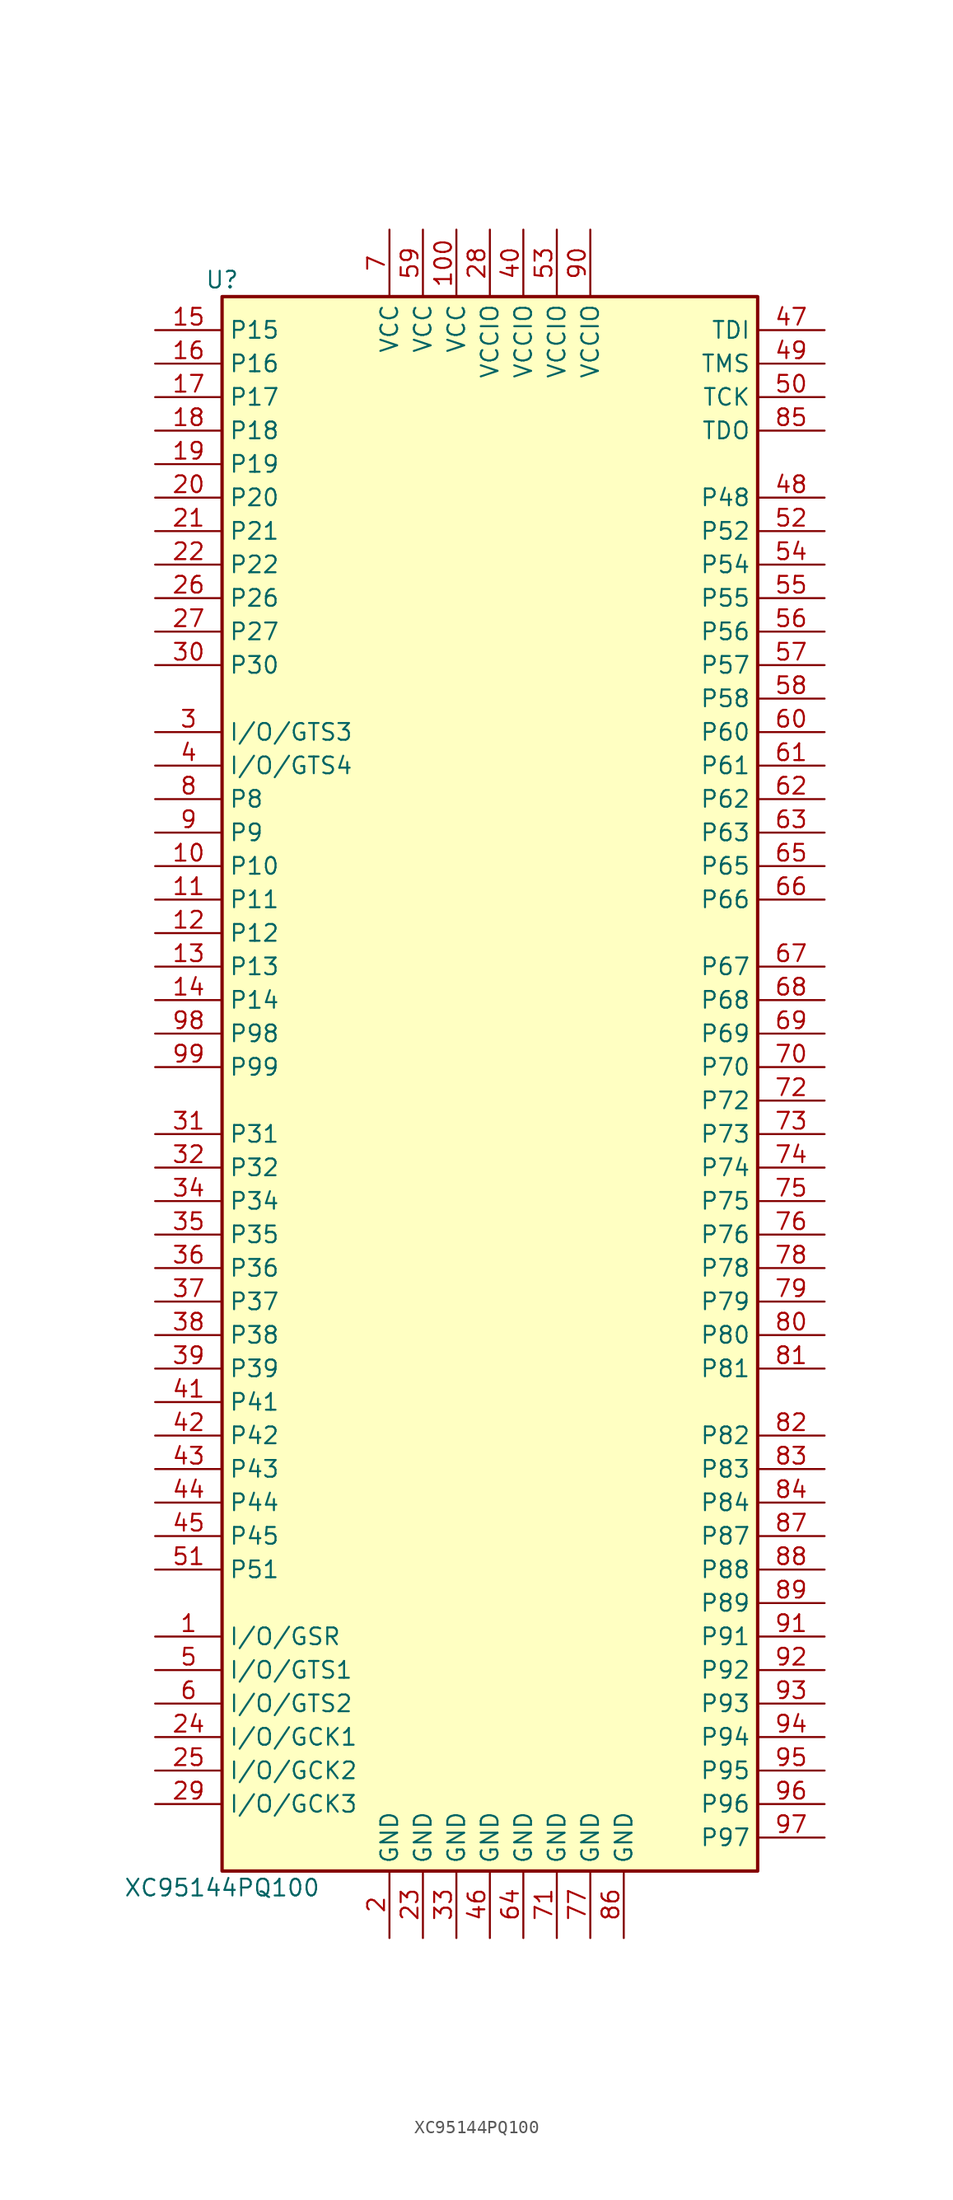
<source format=kicad_sym>
(kicad_symbol_lib
  (version 20201005)
  (generator kicad_symbol_editor)
  (symbol "XC95144PQ100"
    (property "Reference" "U"
      (at -20.32 59.69 0)
      (effects (font (size 1.27 1.27))))
    (property "Value" "XC95144PQ100"
      (at -20.32 -62.23 0)
      (effects (font (size 1.27 1.27))))
    (symbol "XC95144PQ100_1_1"
      (rectangle (start -20.32 58.42) (end 20.32 -60.96) (stroke (width 0.254)) (fill (type background)))
      (pin bidirectional line (at -25.4 -43.18 0) (length 5.08) (name "I/O/GSR" (effects (font (size 1.27 1.27)))) (number "1" (effects (font (size 1.27 1.27)))))
      (pin power_in line (at -7.62 -66.04 90) (length 5.08) (name "GND" (effects (font (size 1.27 1.27)))) (number "2" (effects (font (size 1.27 1.27)))))
      (pin bidirectional line (at -25.4 25.4 0) (length 5.08) (name "I/O/GTS3" (effects (font (size 1.27 1.27)))) (number "3" (effects (font (size 1.27 1.27)))))
      (pin bidirectional line (at -25.4 22.86 0) (length 5.08) (name "I/O/GTS4" (effects (font (size 1.27 1.27)))) (number "4" (effects (font (size 1.27 1.27)))))
      (pin bidirectional line (at -25.4 -45.72 0) (length 5.08) (name "I/O/GTS1" (effects (font (size 1.27 1.27)))) (number "5" (effects (font (size 1.27 1.27)))))
      (pin bidirectional line (at -25.4 -48.26 0) (length 5.08) (name "I/O/GTS2" (effects (font (size 1.27 1.27)))) (number "6" (effects (font (size 1.27 1.27)))))
      (pin power_in line (at -7.62 63.5 270) (length 5.08) (name "VCC" (effects (font (size 1.27 1.27)))) (number "7" (effects (font (size 1.27 1.27)))))
      (pin bidirectional line (at -25.4 20.32 0) (length 5.08) (name "P8" (effects (font (size 1.27 1.27)))) (number "8" (effects (font (size 1.27 1.27)))))
      (pin bidirectional line (at -25.4 17.78 0) (length 5.08) (name "P9" (effects (font (size 1.27 1.27)))) (number "9" (effects (font (size 1.27 1.27)))))
      (pin bidirectional line (at -25.4 15.24 0) (length 5.08) (name "P10" (effects (font (size 1.27 1.27)))) (number "10" (effects (font (size 1.27 1.27)))))
      (pin bidirectional line (at -25.4 43.18 0) (length 5.08) (name "P20" (effects (font (size 1.27 1.27)))) (number "20" (effects (font (size 1.27 1.27)))))
      (pin bidirectional line (at -25.4 30.48 0) (length 5.08) (name "P30" (effects (font (size 1.27 1.27)))) (number "30" (effects (font (size 1.27 1.27)))))
      (pin power_in line (at 2.54 63.5 270) (length 5.08) (name "VCCIO" (effects (font (size 1.27 1.27)))) (number "40" (effects (font (size 1.27 1.27)))))
      (pin input line (at 25.4 50.8 180) (length 5.08) (name "TCK" (effects (font (size 1.27 1.27)))) (number "50" (effects (font (size 1.27 1.27)))))
      (pin bidirectional line (at 25.4 25.4 180) (length 5.08) (name "P60" (effects (font (size 1.27 1.27)))) (number "60" (effects (font (size 1.27 1.27)))))
      (pin bidirectional line (at 25.4 0 180) (length 5.08) (name "P70" (effects (font (size 1.27 1.27)))) (number "70" (effects (font (size 1.27 1.27)))))
      (pin bidirectional line (at 25.4 -20.32 180) (length 5.08) (name "P80" (effects (font (size 1.27 1.27)))) (number "80" (effects (font (size 1.27 1.27)))))
      (pin power_in line (at 7.62 63.5 270) (length 5.08) (name "VCCIO" (effects (font (size 1.27 1.27)))) (number "90" (effects (font (size 1.27 1.27)))))
      (pin bidirectional line (at -25.4 12.7 0) (length 5.08) (name "P11" (effects (font (size 1.27 1.27)))) (number "11" (effects (font (size 1.27 1.27)))))
      (pin bidirectional line (at -25.4 40.64 0) (length 5.08) (name "P21" (effects (font (size 1.27 1.27)))) (number "21" (effects (font (size 1.27 1.27)))))
      (pin bidirectional line (at -25.4 -5.08 0) (length 5.08) (name "P31" (effects (font (size 1.27 1.27)))) (number "31" (effects (font (size 1.27 1.27)))))
      (pin bidirectional line (at -25.4 -25.4 0) (length 5.08) (name "P41" (effects (font (size 1.27 1.27)))) (number "41" (effects (font (size 1.27 1.27)))))
      (pin bidirectional line (at -25.4 -38.1 0) (length 5.08) (name "P51" (effects (font (size 1.27 1.27)))) (number "51" (effects (font (size 1.27 1.27)))))
      (pin bidirectional line (at 25.4 22.86 180) (length 5.08) (name "P61" (effects (font (size 1.27 1.27)))) (number "61" (effects (font (size 1.27 1.27)))))
      (pin power_in line (at 5.08 -66.04 90) (length 5.08) (name "GND" (effects (font (size 1.27 1.27)))) (number "71" (effects (font (size 1.27 1.27)))))
      (pin bidirectional line (at 25.4 -22.86 180) (length 5.08) (name "P81" (effects (font (size 1.27 1.27)))) (number "81" (effects (font (size 1.27 1.27)))))
      (pin bidirectional line (at 25.4 -43.18 180) (length 5.08) (name "P91" (effects (font (size 1.27 1.27)))) (number "91" (effects (font (size 1.27 1.27)))))
      (pin bidirectional line (at -25.4 10.16 0) (length 5.08) (name "P12" (effects (font (size 1.27 1.27)))) (number "12" (effects (font (size 1.27 1.27)))))
      (pin bidirectional line (at -25.4 38.1 0) (length 5.08) (name "P22" (effects (font (size 1.27 1.27)))) (number "22" (effects (font (size 1.27 1.27)))))
      (pin bidirectional line (at -25.4 -7.62 0) (length 5.08) (name "P32" (effects (font (size 1.27 1.27)))) (number "32" (effects (font (size 1.27 1.27)))))
      (pin bidirectional line (at -25.4 -27.94 0) (length 5.08) (name "P42" (effects (font (size 1.27 1.27)))) (number "42" (effects (font (size 1.27 1.27)))))
      (pin bidirectional line (at 25.4 40.64 180) (length 5.08) (name "P52" (effects (font (size 1.27 1.27)))) (number "52" (effects (font (size 1.27 1.27)))))
      (pin bidirectional line (at 25.4 20.32 180) (length 5.08) (name "P62" (effects (font (size 1.27 1.27)))) (number "62" (effects (font (size 1.27 1.27)))))
      (pin bidirectional line (at 25.4 -2.54 180) (length 5.08) (name "P72" (effects (font (size 1.27 1.27)))) (number "72" (effects (font (size 1.27 1.27)))))
      (pin bidirectional line (at 25.4 -27.94 180) (length 5.08) (name "P82" (effects (font (size 1.27 1.27)))) (number "82" (effects (font (size 1.27 1.27)))))
      (pin bidirectional line (at 25.4 -45.72 180) (length 5.08) (name "P92" (effects (font (size 1.27 1.27)))) (number "92" (effects (font (size 1.27 1.27)))))
      (pin bidirectional line (at -25.4 7.62 0) (length 5.08) (name "P13" (effects (font (size 1.27 1.27)))) (number "13" (effects (font (size 1.27 1.27)))))
      (pin power_in line (at -5.08 -66.04 90) (length 5.08) (name "GND" (effects (font (size 1.27 1.27)))) (number "23" (effects (font (size 1.27 1.27)))))
      (pin power_in line (at -2.54 -66.04 90) (length 5.08) (name "GND" (effects (font (size 1.27 1.27)))) (number "33" (effects (font (size 1.27 1.27)))))
      (pin bidirectional line (at -25.4 -30.48 0) (length 5.08) (name "P43" (effects (font (size 1.27 1.27)))) (number "43" (effects (font (size 1.27 1.27)))))
      (pin power_in line (at 5.08 63.5 270) (length 5.08) (name "VCCIO" (effects (font (size 1.27 1.27)))) (number "53" (effects (font (size 1.27 1.27)))))
      (pin bidirectional line (at 25.4 17.78 180) (length 5.08) (name "P63" (effects (font (size 1.27 1.27)))) (number "63" (effects (font (size 1.27 1.27)))))
      (pin bidirectional line (at 25.4 -5.08 180) (length 5.08) (name "P73" (effects (font (size 1.27 1.27)))) (number "73" (effects (font (size 1.27 1.27)))))
      (pin bidirectional line (at 25.4 -30.48 180) (length 5.08) (name "P83" (effects (font (size 1.27 1.27)))) (number "83" (effects (font (size 1.27 1.27)))))
      (pin bidirectional line (at 25.4 -48.26 180) (length 5.08) (name "P93" (effects (font (size 1.27 1.27)))) (number "93" (effects (font (size 1.27 1.27)))))
      (pin bidirectional line (at -25.4 5.08 0) (length 5.08) (name "P14" (effects (font (size 1.27 1.27)))) (number "14" (effects (font (size 1.27 1.27)))))
      (pin bidirectional line (at -25.4 -50.8 0) (length 5.08) (name "I/O/GCK1" (effects (font (size 1.27 1.27)))) (number "24" (effects (font (size 1.27 1.27)))))
      (pin bidirectional line (at -25.4 -10.16 0) (length 5.08) (name "P34" (effects (font (size 1.27 1.27)))) (number "34" (effects (font (size 1.27 1.27)))))
      (pin bidirectional line (at -25.4 -33.02 0) (length 5.08) (name "P44" (effects (font (size 1.27 1.27)))) (number "44" (effects (font (size 1.27 1.27)))))
      (pin bidirectional line (at 25.4 38.1 180) (length 5.08) (name "P54" (effects (font (size 1.27 1.27)))) (number "54" (effects (font (size 1.27 1.27)))))
      (pin power_in line (at 2.54 -66.04 90) (length 5.08) (name "GND" (effects (font (size 1.27 1.27)))) (number "64" (effects (font (size 1.27 1.27)))))
      (pin bidirectional line (at 25.4 -7.62 180) (length 5.08) (name "P74" (effects (font (size 1.27 1.27)))) (number "74" (effects (font (size 1.27 1.27)))))
      (pin bidirectional line (at 25.4 -33.02 180) (length 5.08) (name "P84" (effects (font (size 1.27 1.27)))) (number "84" (effects (font (size 1.27 1.27)))))
      (pin bidirectional line (at 25.4 -50.8 180) (length 5.08) (name "P94" (effects (font (size 1.27 1.27)))) (number "94" (effects (font (size 1.27 1.27)))))
      (pin bidirectional line (at -25.4 55.88 0) (length 5.08) (name "P15" (effects (font (size 1.27 1.27)))) (number "15" (effects (font (size 1.27 1.27)))))
      (pin bidirectional line (at -25.4 -53.34 0) (length 5.08) (name "I/O/GCK2" (effects (font (size 1.27 1.27)))) (number "25" (effects (font (size 1.27 1.27)))))
      (pin bidirectional line (at -25.4 -12.7 0) (length 5.08) (name "P35" (effects (font (size 1.27 1.27)))) (number "35" (effects (font (size 1.27 1.27)))))
      (pin bidirectional line (at -25.4 -35.56 0) (length 5.08) (name "P45" (effects (font (size 1.27 1.27)))) (number "45" (effects (font (size 1.27 1.27)))))
      (pin bidirectional line (at 25.4 35.56 180) (length 5.08) (name "P55" (effects (font (size 1.27 1.27)))) (number "55" (effects (font (size 1.27 1.27)))))
      (pin bidirectional line (at 25.4 15.24 180) (length 5.08) (name "P65" (effects (font (size 1.27 1.27)))) (number "65" (effects (font (size 1.27 1.27)))))
      (pin bidirectional line (at 25.4 -10.16 180) (length 5.08) (name "P75" (effects (font (size 1.27 1.27)))) (number "75" (effects (font (size 1.27 1.27)))))
      (pin output line (at 25.4 48.26 180) (length 5.08) (name "TDO" (effects (font (size 1.27 1.27)))) (number "85" (effects (font (size 1.27 1.27)))))
      (pin bidirectional line (at 25.4 -53.34 180) (length 5.08) (name "P95" (effects (font (size 1.27 1.27)))) (number "95" (effects (font (size 1.27 1.27)))))
      (pin bidirectional line (at -25.4 53.34 0) (length 5.08) (name "P16" (effects (font (size 1.27 1.27)))) (number "16" (effects (font (size 1.27 1.27)))))
      (pin bidirectional line (at -25.4 35.56 0) (length 5.08) (name "P26" (effects (font (size 1.27 1.27)))) (number "26" (effects (font (size 1.27 1.27)))))
      (pin bidirectional line (at -25.4 -15.24 0) (length 5.08) (name "P36" (effects (font (size 1.27 1.27)))) (number "36" (effects (font (size 1.27 1.27)))))
      (pin power_in line (at 0 -66.04 90) (length 5.08) (name "GND" (effects (font (size 1.27 1.27)))) (number "46" (effects (font (size 1.27 1.27)))))
      (pin bidirectional line (at 25.4 33.02 180) (length 5.08) (name "P56" (effects (font (size 1.27 1.27)))) (number "56" (effects (font (size 1.27 1.27)))))
      (pin bidirectional line (at 25.4 12.7 180) (length 5.08) (name "P66" (effects (font (size 1.27 1.27)))) (number "66" (effects (font (size 1.27 1.27)))))
      (pin bidirectional line (at 25.4 -12.7 180) (length 5.08) (name "P76" (effects (font (size 1.27 1.27)))) (number "76" (effects (font (size 1.27 1.27)))))
      (pin power_in line (at 10.16 -66.04 90) (length 5.08) (name "GND" (effects (font (size 1.27 1.27)))) (number "86" (effects (font (size 1.27 1.27)))))
      (pin bidirectional line (at 25.4 -55.88 180) (length 5.08) (name "P96" (effects (font (size 1.27 1.27)))) (number "96" (effects (font (size 1.27 1.27)))))
      (pin bidirectional line (at -25.4 50.8 0) (length 5.08) (name "P17" (effects (font (size 1.27 1.27)))) (number "17" (effects (font (size 1.27 1.27)))))
      (pin bidirectional line (at -25.4 33.02 0) (length 5.08) (name "P27" (effects (font (size 1.27 1.27)))) (number "27" (effects (font (size 1.27 1.27)))))
      (pin bidirectional line (at -25.4 -17.78 0) (length 5.08) (name "P37" (effects (font (size 1.27 1.27)))) (number "37" (effects (font (size 1.27 1.27)))))
      (pin input line (at 25.4 55.88 180) (length 5.08) (name "TDI" (effects (font (size 1.27 1.27)))) (number "47" (effects (font (size 1.27 1.27)))))
      (pin bidirectional line (at 25.4 30.48 180) (length 5.08) (name "P57" (effects (font (size 1.27 1.27)))) (number "57" (effects (font (size 1.27 1.27)))))
      (pin bidirectional line (at 25.4 7.62 180) (length 5.08) (name "P67" (effects (font (size 1.27 1.27)))) (number "67" (effects (font (size 1.27 1.27)))))
      (pin power_in line (at 7.62 -66.04 90) (length 5.08) (name "GND" (effects (font (size 1.27 1.27)))) (number "77" (effects (font (size 1.27 1.27)))))
      (pin bidirectional line (at 25.4 -35.56 180) (length 5.08) (name "P87" (effects (font (size 1.27 1.27)))) (number "87" (effects (font (size 1.27 1.27)))))
      (pin bidirectional line (at 25.4 -58.42 180) (length 5.08) (name "P97" (effects (font (size 1.27 1.27)))) (number "97" (effects (font (size 1.27 1.27)))))
      (pin bidirectional line (at -25.4 48.26 0) (length 5.08) (name "P18" (effects (font (size 1.27 1.27)))) (number "18" (effects (font (size 1.27 1.27)))))
      (pin power_in line (at 0 63.5 270) (length 5.08) (name "VCCIO" (effects (font (size 1.27 1.27)))) (number "28" (effects (font (size 1.27 1.27)))))
      (pin bidirectional line (at -25.4 -20.32 0) (length 5.08) (name "P38" (effects (font (size 1.27 1.27)))) (number "38" (effects (font (size 1.27 1.27)))))
      (pin bidirectional line (at 25.4 43.18 180) (length 5.08) (name "P48" (effects (font (size 1.27 1.27)))) (number "48" (effects (font (size 1.27 1.27)))))
      (pin bidirectional line (at 25.4 27.94 180) (length 5.08) (name "P58" (effects (font (size 1.27 1.27)))) (number "58" (effects (font (size 1.27 1.27)))))
      (pin bidirectional line (at 25.4 5.08 180) (length 5.08) (name "P68" (effects (font (size 1.27 1.27)))) (number "68" (effects (font (size 1.27 1.27)))))
      (pin bidirectional line (at 25.4 -15.24 180) (length 5.08) (name "P78" (effects (font (size 1.27 1.27)))) (number "78" (effects (font (size 1.27 1.27)))))
      (pin bidirectional line (at 25.4 -38.1 180) (length 5.08) (name "P88" (effects (font (size 1.27 1.27)))) (number "88" (effects (font (size 1.27 1.27)))))
      (pin bidirectional line (at -25.4 2.54 0) (length 5.08) (name "P98" (effects (font (size 1.27 1.27)))) (number "98" (effects (font (size 1.27 1.27)))))
      (pin bidirectional line (at -25.4 45.72 0) (length 5.08) (name "P19" (effects (font (size 1.27 1.27)))) (number "19" (effects (font (size 1.27 1.27)))))
      (pin bidirectional line (at -25.4 -55.88 0) (length 5.08) (name "I/O/GCK3" (effects (font (size 1.27 1.27)))) (number "29" (effects (font (size 1.27 1.27)))))
      (pin bidirectional line (at -25.4 -22.86 0) (length 5.08) (name "P39" (effects (font (size 1.27 1.27)))) (number "39" (effects (font (size 1.27 1.27)))))
      (pin input line (at 25.4 53.34 180) (length 5.08) (name "TMS" (effects (font (size 1.27 1.27)))) (number "49" (effects (font (size 1.27 1.27)))))
      (pin power_in line (at -5.08 63.5 270) (length 5.08) (name "VCC" (effects (font (size 1.27 1.27)))) (number "59" (effects (font (size 1.27 1.27)))))
      (pin bidirectional line (at 25.4 2.54 180) (length 5.08) (name "P69" (effects (font (size 1.27 1.27)))) (number "69" (effects (font (size 1.27 1.27)))))
      (pin bidirectional line (at 25.4 -17.78 180) (length 5.08) (name "P79" (effects (font (size 1.27 1.27)))) (number "79" (effects (font (size 1.27 1.27)))))
      (pin bidirectional line (at 25.4 -40.64 180) (length 5.08) (name "P89" (effects (font (size 1.27 1.27)))) (number "89" (effects (font (size 1.27 1.27)))))
      (pin bidirectional line (at -25.4 0 0) (length 5.08) (name "P99" (effects (font (size 1.27 1.27)))) (number "99" (effects (font (size 1.27 1.27)))))
      (pin power_in line (at -2.54 63.5 270) (length 5.08) (name "VCC" (effects (font (size 1.27 1.27)))) (number "100" (effects (font (size 1.27 1.27))))))))
</source>
